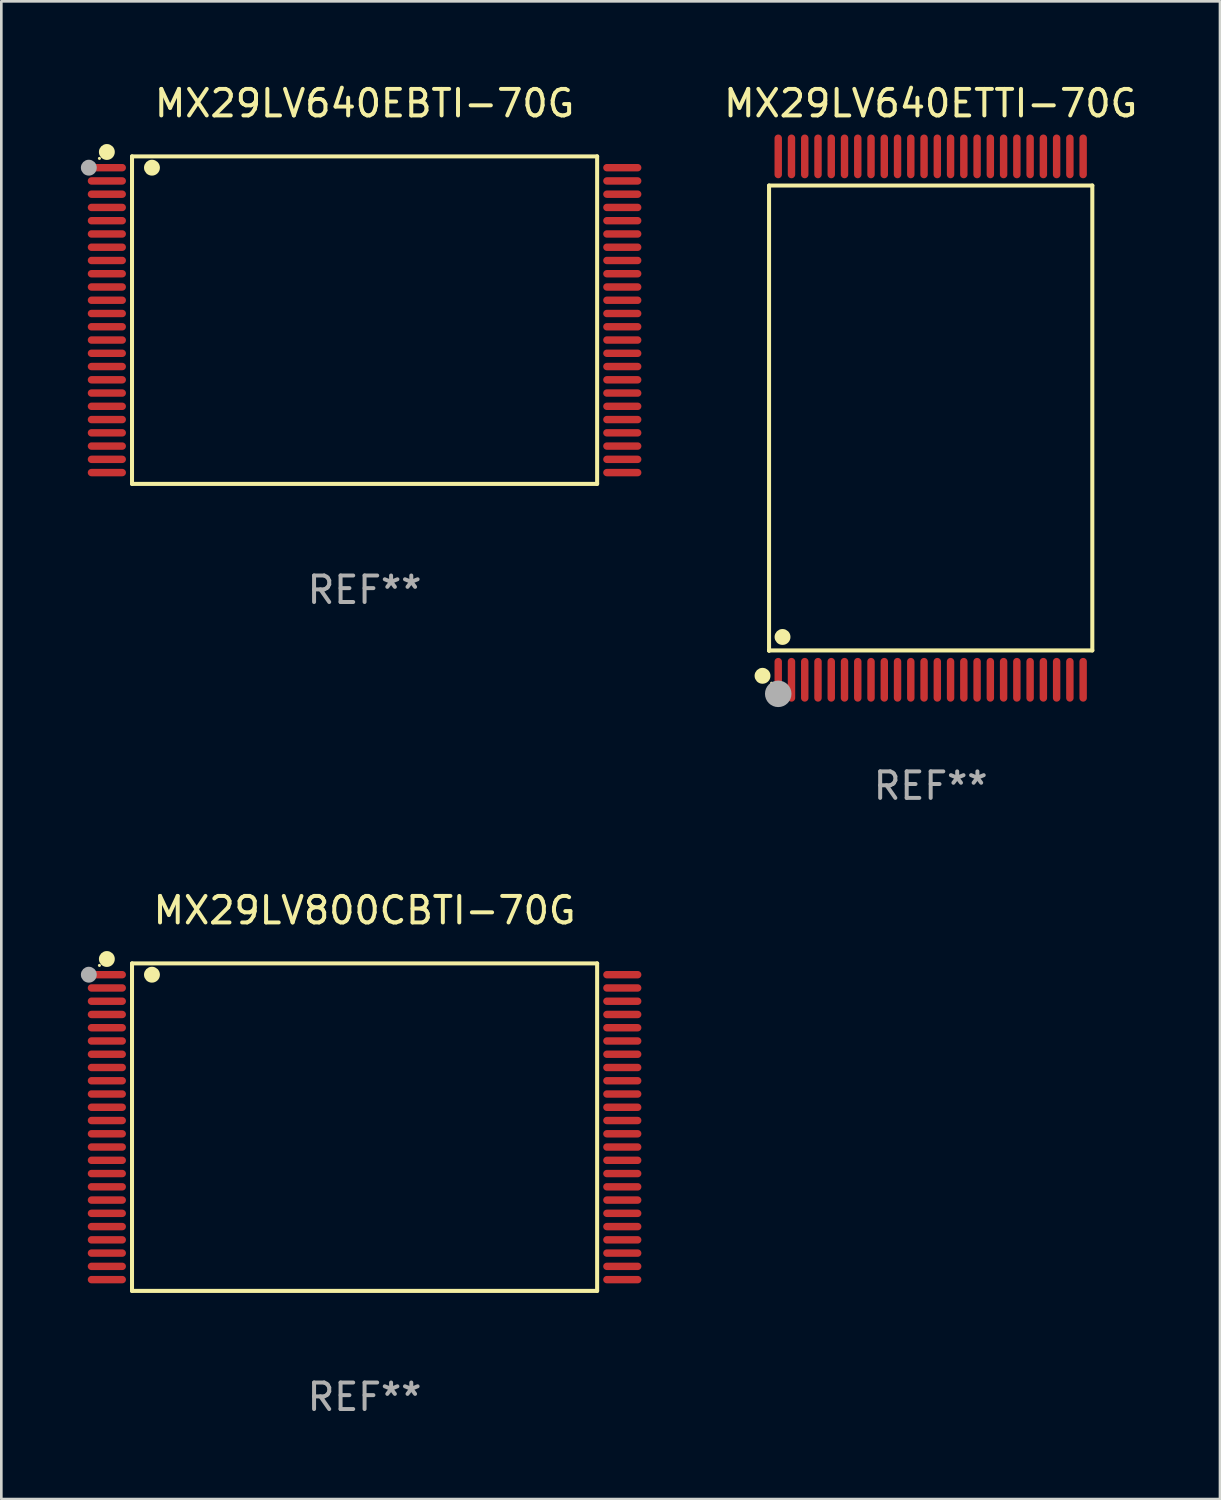
<source format=kicad_pcb>
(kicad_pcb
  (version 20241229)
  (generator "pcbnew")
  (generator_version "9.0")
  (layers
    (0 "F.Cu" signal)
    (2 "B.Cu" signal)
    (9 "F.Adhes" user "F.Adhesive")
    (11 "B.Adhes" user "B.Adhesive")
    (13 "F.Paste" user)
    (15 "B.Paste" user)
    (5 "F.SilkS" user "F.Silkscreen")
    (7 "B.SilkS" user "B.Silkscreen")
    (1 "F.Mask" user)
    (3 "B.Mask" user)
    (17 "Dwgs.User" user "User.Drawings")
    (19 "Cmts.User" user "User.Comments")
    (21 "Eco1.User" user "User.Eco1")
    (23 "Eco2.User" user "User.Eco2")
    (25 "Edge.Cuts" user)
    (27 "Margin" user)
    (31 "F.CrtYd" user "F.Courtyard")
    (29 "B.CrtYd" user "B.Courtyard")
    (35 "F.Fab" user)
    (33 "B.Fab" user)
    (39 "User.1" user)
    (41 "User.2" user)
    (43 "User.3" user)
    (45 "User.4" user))
  (footprint "MX29LV640EBTI-70G"
    (layer "F.Cu")
    (at 10.7 9.024)
    (property "Reference" "MX29LV640EBTI-70G" (at 0 -8.176 0) (layer "F.SilkS") (effects (font (size 1 1) (thickness 0.15))))
    (attr through_hole)
    (fp_line (start -8.771 -6.176) (end 8.771 -6.176) (stroke (width 0.152) (type solid)) (layer "F.SilkS"))
    (fp_line (start -8.771 6.176) (end -8.771 -6.176) (stroke (width 0.152) (type solid)) (layer "F.SilkS"))
    (fp_line (start 8.771 -6.176) (end 8.771 6.176) (stroke (width 0.152) (type solid)) (layer "F.SilkS"))
    (fp_line (start 8.771 6.176) (end -8.771 6.176) (stroke (width 0.152) (type solid)) (layer "F.SilkS"))
    (fp_circle (center -10 -6.1) (end -9.97 -6.1) (stroke (width 0.06) (type solid)) (fill no) (layer "F.SilkS"))
    (fp_circle (center -9.72 -6.342) (end -9.57 -6.342) (stroke (width 0.3) (type solid)) (fill no) (layer "F.SilkS"))
    (fp_circle (center -8.019 -5.75) (end -7.869 -5.75) (stroke (width 0.3) (type solid)) (fill no) (layer "F.SilkS"))
    (fp_circle (center -10.4 -5.75) (end -10.25 -5.75) (stroke (width 0.3) (type solid)) (fill no) (layer "F.Fab"))
    (fp_text user "REF**" (at 0 10.176 0) (layer "F.Fab") (effects (font (size 1 1) (thickness 0.15))))
    (pad "1" smd oval (at -9.72 -5.75 270) (size 0.28 1.44) (layers "F.Cu" "F.Mask" "F.Paste"))
    (pad "2" smd oval (at -9.72 -5.25 270) (size 0.28 1.44) (layers "F.Cu" "F.Mask" "F.Paste"))
    (pad "3" smd oval (at -9.72 -4.75 270) (size 0.28 1.44) (layers "F.Cu" "F.Mask" "F.Paste"))
    (pad "4" smd oval (at -9.72 -4.25 270) (size 0.28 1.44) (layers "F.Cu" "F.Mask" "F.Paste"))
    (pad "5" smd oval (at -9.72 -3.75 270) (size 0.28 1.44) (layers "F.Cu" "F.Mask" "F.Paste"))
    (pad "6" smd oval (at -9.72 -3.25 270) (size 0.28 1.44) (layers "F.Cu" "F.Mask" "F.Paste"))
    (pad "7" smd oval (at -9.72 -2.75 270) (size 0.28 1.44) (layers "F.Cu" "F.Mask" "F.Paste"))
    (pad "8" smd oval (at -9.72 -2.25 270) (size 0.28 1.44) (layers "F.Cu" "F.Mask" "F.Paste"))
    (pad "9" smd oval (at -9.72 -1.75 270) (size 0.28 1.44) (layers "F.Cu" "F.Mask" "F.Paste"))
    (pad "10" smd oval (at -9.72 -1.25 270) (size 0.28 1.44) (layers "F.Cu" "F.Mask" "F.Paste"))
    (pad "11" smd oval (at -9.72 -0.75 270) (size 0.28 1.44) (layers "F.Cu" "F.Mask" "F.Paste"))
    (pad "12" smd oval (at -9.72 -0.25 270) (size 0.28 1.44) (layers "F.Cu" "F.Mask" "F.Paste"))
    (pad "13" smd oval (at -9.72 0.25 270) (size 0.28 1.44) (layers "F.Cu" "F.Mask" "F.Paste"))
    (pad "14" smd oval (at -9.72 0.75 270) (size 0.28 1.44) (layers "F.Cu" "F.Mask" "F.Paste"))
    (pad "15" smd oval (at -9.72 1.25 270) (size 0.28 1.44) (layers "F.Cu" "F.Mask" "F.Paste"))
    (pad "16" smd oval (at -9.72 1.75 270) (size 0.28 1.44) (layers "F.Cu" "F.Mask" "F.Paste"))
    (pad "17" smd oval (at -9.72 2.25 270) (size 0.28 1.44) (layers "F.Cu" "F.Mask" "F.Paste"))
    (pad "18" smd oval (at -9.72 2.75 270) (size 0.28 1.44) (layers "F.Cu" "F.Mask" "F.Paste"))
    (pad "19" smd oval (at -9.72 3.25 270) (size 0.28 1.44) (layers "F.Cu" "F.Mask" "F.Paste"))
    (pad "20" smd oval (at -9.72 3.75 270) (size 0.28 1.44) (layers "F.Cu" "F.Mask" "F.Paste"))
    (pad "21" smd oval (at -9.72 4.25 270) (size 0.28 1.44) (layers "F.Cu" "F.Mask" "F.Paste"))
    (pad "22" smd oval (at -9.72 4.75 270) (size 0.28 1.44) (layers "F.Cu" "F.Mask" "F.Paste"))
    (pad "23" smd oval (at -9.72 5.25 270) (size 0.28 1.44) (layers "F.Cu" "F.Mask" "F.Paste"))
    (pad "24" smd oval (at -9.72 5.75 270) (size 0.28 1.44) (layers "F.Cu" "F.Mask" "F.Paste"))
    (pad "25" smd oval (at 9.72 5.75 270) (size 0.28 1.44) (layers "F.Cu" "F.Mask" "F.Paste"))
    (pad "26" smd oval (at 9.72 5.25 270) (size 0.28 1.44) (layers "F.Cu" "F.Mask" "F.Paste"))
    (pad "27" smd oval (at 9.72 4.75 270) (size 0.28 1.44) (layers "F.Cu" "F.Mask" "F.Paste"))
    (pad "28" smd oval (at 9.72 4.25 270) (size 0.28 1.44) (layers "F.Cu" "F.Mask" "F.Paste"))
    (pad "29" smd oval (at 9.72 3.75 270) (size 0.28 1.44) (layers "F.Cu" "F.Mask" "F.Paste"))
    (pad "30" smd oval (at 9.72 3.25 270) (size 0.28 1.44) (layers "F.Cu" "F.Mask" "F.Paste"))
    (pad "31" smd oval (at 9.72 2.75 270) (size 0.28 1.44) (layers "F.Cu" "F.Mask" "F.Paste"))
    (pad "32" smd oval (at 9.72 2.25 270) (size 0.28 1.44) (layers "F.Cu" "F.Mask" "F.Paste"))
    (pad "33" smd oval (at 9.72 1.75 270) (size 0.28 1.44) (layers "F.Cu" "F.Mask" "F.Paste"))
    (pad "34" smd oval (at 9.72 1.25 270) (size 0.28 1.44) (layers "F.Cu" "F.Mask" "F.Paste"))
    (pad "35" smd oval (at 9.72 0.75 270) (size 0.28 1.44) (layers "F.Cu" "F.Mask" "F.Paste"))
    (pad "36" smd oval (at 9.72 0.25 270) (size 0.28 1.44) (layers "F.Cu" "F.Mask" "F.Paste"))
    (pad "37" smd oval (at 9.72 -0.25 270) (size 0.28 1.44) (layers "F.Cu" "F.Mask" "F.Paste"))
    (pad "38" smd oval (at 9.72 -0.75 270) (size 0.28 1.44) (layers "F.Cu" "F.Mask" "F.Paste"))
    (pad "39" smd oval (at 9.72 -1.25 270) (size 0.28 1.44) (layers "F.Cu" "F.Mask" "F.Paste"))
    (pad "40" smd oval (at 9.72 -1.75 270) (size 0.28 1.44) (layers "F.Cu" "F.Mask" "F.Paste"))
    (pad "41" smd oval (at 9.72 -2.25 270) (size 0.28 1.44) (layers "F.Cu" "F.Mask" "F.Paste"))
    (pad "42" smd oval (at 9.72 -2.75 270) (size 0.28 1.44) (layers "F.Cu" "F.Mask" "F.Paste"))
    (pad "43" smd oval (at 9.72 -3.25 270) (size 0.28 1.44) (layers "F.Cu" "F.Mask" "F.Paste"))
    (pad "44" smd oval (at 9.72 -3.75 270) (size 0.28 1.44) (layers "F.Cu" "F.Mask" "F.Paste"))
    (pad "45" smd oval (at 9.72 -4.25 270) (size 0.28 1.44) (layers "F.Cu" "F.Mask" "F.Paste"))
    (pad "46" smd oval (at 9.72 -4.75 270) (size 0.28 1.44) (layers "F.Cu" "F.Mask" "F.Paste"))
    (pad "47" smd oval (at 9.72 -5.25 270) (size 0.28 1.44) (layers "F.Cu" "F.Mask" "F.Paste"))
    (pad "48" smd oval (at 9.72 -5.75 270) (size 0.28 1.44) (layers "F.Cu" "F.Mask" "F.Paste")))
  (footprint "MX29LV800CBTI-70G"
    (layer "F.Cu")
    (at 10.7 39.461)
    (property "Reference" "MX29LV800CBTI-70G" (at 0 -8.176 0) (layer "F.SilkS") (effects (font (size 1 1) (thickness 0.15))))
    (attr through_hole)
    (fp_line (start -8.771 -6.176) (end 8.771 -6.176) (stroke (width 0.152) (type solid)) (layer "F.SilkS"))
    (fp_line (start -8.771 6.176) (end -8.771 -6.176) (stroke (width 0.152) (type solid)) (layer "F.SilkS"))
    (fp_line (start 8.771 -6.176) (end 8.771 6.176) (stroke (width 0.152) (type solid)) (layer "F.SilkS"))
    (fp_line (start 8.771 6.176) (end -8.771 6.176) (stroke (width 0.152) (type solid)) (layer "F.SilkS"))
    (fp_circle (center -10 -6.1) (end -9.97 -6.1) (stroke (width 0.06) (type solid)) (fill no) (layer "F.SilkS"))
    (fp_circle (center -9.72 -6.342) (end -9.57 -6.342) (stroke (width 0.3) (type solid)) (fill no) (layer "F.SilkS"))
    (fp_circle (center -8.019 -5.75) (end -7.869 -5.75) (stroke (width 0.3) (type solid)) (fill no) (layer "F.SilkS"))
    (fp_circle (center -10.4 -5.75) (end -10.25 -5.75) (stroke (width 0.3) (type solid)) (fill no) (layer "F.Fab"))
    (fp_text user "REF**" (at 0 10.176 0) (layer "F.Fab") (effects (font (size 1 1) (thickness 0.15))))
    (pad "1" smd oval (at -9.72 -5.75 270) (size 0.28 1.44) (layers "F.Cu" "F.Mask" "F.Paste"))
    (pad "2" smd oval (at -9.72 -5.25 270) (size 0.28 1.44) (layers "F.Cu" "F.Mask" "F.Paste"))
    (pad "3" smd oval (at -9.72 -4.75 270) (size 0.28 1.44) (layers "F.Cu" "F.Mask" "F.Paste"))
    (pad "4" smd oval (at -9.72 -4.25 270) (size 0.28 1.44) (layers "F.Cu" "F.Mask" "F.Paste"))
    (pad "5" smd oval (at -9.72 -3.75 270) (size 0.28 1.44) (layers "F.Cu" "F.Mask" "F.Paste"))
    (pad "6" smd oval (at -9.72 -3.25 270) (size 0.28 1.44) (layers "F.Cu" "F.Mask" "F.Paste"))
    (pad "7" smd oval (at -9.72 -2.75 270) (size 0.28 1.44) (layers "F.Cu" "F.Mask" "F.Paste"))
    (pad "8" smd oval (at -9.72 -2.25 270) (size 0.28 1.44) (layers "F.Cu" "F.Mask" "F.Paste"))
    (pad "9" smd oval (at -9.72 -1.75 270) (size 0.28 1.44) (layers "F.Cu" "F.Mask" "F.Paste"))
    (pad "10" smd oval (at -9.72 -1.25 270) (size 0.28 1.44) (layers "F.Cu" "F.Mask" "F.Paste"))
    (pad "11" smd oval (at -9.72 -0.75 270) (size 0.28 1.44) (layers "F.Cu" "F.Mask" "F.Paste"))
    (pad "12" smd oval (at -9.72 -0.25 270) (size 0.28 1.44) (layers "F.Cu" "F.Mask" "F.Paste"))
    (pad "13" smd oval (at -9.72 0.25 270) (size 0.28 1.44) (layers "F.Cu" "F.Mask" "F.Paste"))
    (pad "14" smd oval (at -9.72 0.75 270) (size 0.28 1.44) (layers "F.Cu" "F.Mask" "F.Paste"))
    (pad "15" smd oval (at -9.72 1.25 270) (size 0.28 1.44) (layers "F.Cu" "F.Mask" "F.Paste"))
    (pad "16" smd oval (at -9.72 1.75 270) (size 0.28 1.44) (layers "F.Cu" "F.Mask" "F.Paste"))
    (pad "17" smd oval (at -9.72 2.25 270) (size 0.28 1.44) (layers "F.Cu" "F.Mask" "F.Paste"))
    (pad "18" smd oval (at -9.72 2.75 270) (size 0.28 1.44) (layers "F.Cu" "F.Mask" "F.Paste"))
    (pad "19" smd oval (at -9.72 3.25 270) (size 0.28 1.44) (layers "F.Cu" "F.Mask" "F.Paste"))
    (pad "20" smd oval (at -9.72 3.75 270) (size 0.28 1.44) (layers "F.Cu" "F.Mask" "F.Paste"))
    (pad "21" smd oval (at -9.72 4.25 270) (size 0.28 1.44) (layers "F.Cu" "F.Mask" "F.Paste"))
    (pad "22" smd oval (at -9.72 4.75 270) (size 0.28 1.44) (layers "F.Cu" "F.Mask" "F.Paste"))
    (pad "23" smd oval (at -9.72 5.25 270) (size 0.28 1.44) (layers "F.Cu" "F.Mask" "F.Paste"))
    (pad "24" smd oval (at -9.72 5.75 270) (size 0.28 1.44) (layers "F.Cu" "F.Mask" "F.Paste"))
    (pad "25" smd oval (at 9.72 5.75 270) (size 0.28 1.44) (layers "F.Cu" "F.Mask" "F.Paste"))
    (pad "26" smd oval (at 9.72 5.25 270) (size 0.28 1.44) (layers "F.Cu" "F.Mask" "F.Paste"))
    (pad "27" smd oval (at 9.72 4.75 270) (size 0.28 1.44) (layers "F.Cu" "F.Mask" "F.Paste"))
    (pad "28" smd oval (at 9.72 4.25 270) (size 0.28 1.44) (layers "F.Cu" "F.Mask" "F.Paste"))
    (pad "29" smd oval (at 9.72 3.75 270) (size 0.28 1.44) (layers "F.Cu" "F.Mask" "F.Paste"))
    (pad "30" smd oval (at 9.72 3.25 270) (size 0.28 1.44) (layers "F.Cu" "F.Mask" "F.Paste"))
    (pad "31" smd oval (at 9.72 2.75 270) (size 0.28 1.44) (layers "F.Cu" "F.Mask" "F.Paste"))
    (pad "32" smd oval (at 9.72 2.25 270) (size 0.28 1.44) (layers "F.Cu" "F.Mask" "F.Paste"))
    (pad "33" smd oval (at 9.72 1.75 270) (size 0.28 1.44) (layers "F.Cu" "F.Mask" "F.Paste"))
    (pad "34" smd oval (at 9.72 1.25 270) (size 0.28 1.44) (layers "F.Cu" "F.Mask" "F.Paste"))
    (pad "35" smd oval (at 9.72 0.75 270) (size 0.28 1.44) (layers "F.Cu" "F.Mask" "F.Paste"))
    (pad "36" smd oval (at 9.72 0.25 270) (size 0.28 1.44) (layers "F.Cu" "F.Mask" "F.Paste"))
    (pad "37" smd oval (at 9.72 -0.25 270) (size 0.28 1.44) (layers "F.Cu" "F.Mask" "F.Paste"))
    (pad "38" smd oval (at 9.72 -0.75 270) (size 0.28 1.44) (layers "F.Cu" "F.Mask" "F.Paste"))
    (pad "39" smd oval (at 9.72 -1.25 270) (size 0.28 1.44) (layers "F.Cu" "F.Mask" "F.Paste"))
    (pad "40" smd oval (at 9.72 -1.75 270) (size 0.28 1.44) (layers "F.Cu" "F.Mask" "F.Paste"))
    (pad "41" smd oval (at 9.72 -2.25 270) (size 0.28 1.44) (layers "F.Cu" "F.Mask" "F.Paste"))
    (pad "42" smd oval (at 9.72 -2.75 270) (size 0.28 1.44) (layers "F.Cu" "F.Mask" "F.Paste"))
    (pad "43" smd oval (at 9.72 -3.25 270) (size 0.28 1.44) (layers "F.Cu" "F.Mask" "F.Paste"))
    (pad "44" smd oval (at 9.72 -3.75 270) (size 0.28 1.44) (layers "F.Cu" "F.Mask" "F.Paste"))
    (pad "45" smd oval (at 9.72 -4.25 270) (size 0.28 1.44) (layers "F.Cu" "F.Mask" "F.Paste"))
    (pad "46" smd oval (at 9.72 -4.75 270) (size 0.28 1.44) (layers "F.Cu" "F.Mask" "F.Paste"))
    (pad "47" smd oval (at 9.72 -5.25 270) (size 0.28 1.44) (layers "F.Cu" "F.Mask" "F.Paste"))
    (pad "48" smd oval (at 9.72 -5.75 270) (size 0.28 1.44) (layers "F.Cu" "F.Mask" "F.Paste")))
  (footprint "MX29LV640ETTI-70G"
    (layer "F.Cu")
    (at 32.051 12.718)
    (property "Reference" "MX29LV640ETTI-70G" (at 0 -11.87 0) (layer "F.SilkS") (effects (font (size 1 1) (thickness 0.15))))
    (attr through_hole)
    (fp_line (start -6.096 -8.771) (end 6.096 -8.771) (stroke (width 0.152) (type solid)) (layer "F.SilkS"))
    (fp_line (start -6.096 8.763) (end -6.096 8.771) (stroke (width 0.152) (type solid)) (layer "F.SilkS"))
    (fp_line (start -6.096 8.771) (end -6.096 -8.771) (stroke (width 0.152) (type solid)) (layer "F.SilkS"))
    (fp_line (start 6.096 -8.771) (end 6.096 8.763) (stroke (width 0.152) (type solid)) (layer "F.SilkS"))
    (fp_line (start 6.096 8.763) (end -6.096 8.763) (stroke (width 0.152) (type solid)) (layer "F.SilkS"))
    (fp_circle (center -6.342 9.72) (end -6.192 9.72) (stroke (width 0.3) (type solid)) (fill no) (layer "F.SilkS"))
    (fp_circle (center -6 10) (end -5.97 10) (stroke (width 0.06) (type solid)) (fill no) (layer "F.SilkS"))
    (fp_circle (center -5.588 8.255) (end -5.438 8.255) (stroke (width 0.3) (type solid)) (fill no) (layer "F.SilkS"))
    (fp_circle (center -5.75 10.4) (end -5.5 10.4) (stroke (width 0.5) (type solid)) (fill no) (layer "F.Fab"))
    (fp_text user "REF**" (at 0 13.87 0) (layer "F.Fab") (effects (font (size 1 1) (thickness 0.15))))
    (pad "1" smd oval (at -5.75 9.87) (size 0.28 1.65) (layers "F.Cu" "F.Mask" "F.Paste"))
    (pad "2" smd oval (at -5.25 9.87) (size 0.28 1.65) (layers "F.Cu" "F.Mask" "F.Paste"))
    (pad "3" smd oval (at -4.75 9.87) (size 0.28 1.65) (layers "F.Cu" "F.Mask" "F.Paste"))
    (pad "4" smd oval (at -4.25 9.87) (size 0.28 1.65) (layers "F.Cu" "F.Mask" "F.Paste"))
    (pad "5" smd oval (at -3.75 9.87) (size 0.28 1.65) (layers "F.Cu" "F.Mask" "F.Paste"))
    (pad "6" smd oval (at -3.25 9.87) (size 0.28 1.65) (layers "F.Cu" "F.Mask" "F.Paste"))
    (pad "7" smd oval (at -2.75 9.87) (size 0.28 1.65) (layers "F.Cu" "F.Mask" "F.Paste"))
    (pad "8" smd oval (at -2.25 9.87) (size 0.28 1.65) (layers "F.Cu" "F.Mask" "F.Paste"))
    (pad "9" smd oval (at -1.75 9.87) (size 0.28 1.65) (layers "F.Cu" "F.Mask" "F.Paste"))
    (pad "10" smd oval (at -1.25 9.87) (size 0.28 1.65) (layers "F.Cu" "F.Mask" "F.Paste"))
    (pad "11" smd oval (at -0.75 9.87) (size 0.28 1.65) (layers "F.Cu" "F.Mask" "F.Paste"))
    (pad "12" smd oval (at -0.25 9.87) (size 0.28 1.65) (layers "F.Cu" "F.Mask" "F.Paste"))
    (pad "13" smd oval (at 0.25 9.87) (size 0.28 1.65) (layers "F.Cu" "F.Mask" "F.Paste"))
    (pad "14" smd oval (at 0.75 9.87) (size 0.28 1.65) (layers "F.Cu" "F.Mask" "F.Paste"))
    (pad "15" smd oval (at 1.25 9.87) (size 0.28 1.65) (layers "F.Cu" "F.Mask" "F.Paste"))
    (pad "16" smd oval (at 1.75 9.87) (size 0.28 1.65) (layers "F.Cu" "F.Mask" "F.Paste"))
    (pad "17" smd oval (at 2.25 9.87) (size 0.28 1.65) (layers "F.Cu" "F.Mask" "F.Paste"))
    (pad "18" smd oval (at 2.75 9.87) (size 0.28 1.65) (layers "F.Cu" "F.Mask" "F.Paste"))
    (pad "19" smd oval (at 3.25 9.87) (size 0.28 1.65) (layers "F.Cu" "F.Mask" "F.Paste"))
    (pad "20" smd oval (at 3.75 9.87) (size 0.28 1.65) (layers "F.Cu" "F.Mask" "F.Paste"))
    (pad "21" smd oval (at 4.25 9.87) (size 0.28 1.65) (layers "F.Cu" "F.Mask" "F.Paste"))
    (pad "22" smd oval (at 4.75 9.87) (size 0.28 1.65) (layers "F.Cu" "F.Mask" "F.Paste"))
    (pad "23" smd oval (at 5.25 9.87) (size 0.28 1.65) (layers "F.Cu" "F.Mask" "F.Paste"))
    (pad "24" smd oval (at 5.75 9.87) (size 0.28 1.65) (layers "F.Cu" "F.Mask" "F.Paste"))
    (pad "25" smd oval (at 5.75 -9.87) (size 0.28 1.65) (layers "F.Cu" "F.Mask" "F.Paste"))
    (pad "26" smd oval (at 5.25 -9.87) (size 0.28 1.65) (layers "F.Cu" "F.Mask" "F.Paste"))
    (pad "27" smd oval (at 4.75 -9.87) (size 0.28 1.65) (layers "F.Cu" "F.Mask" "F.Paste"))
    (pad "28" smd oval (at 4.25 -9.87) (size 0.28 1.65) (layers "F.Cu" "F.Mask" "F.Paste"))
    (pad "29" smd oval (at 3.75 -9.87) (size 0.28 1.65) (layers "F.Cu" "F.Mask" "F.Paste"))
    (pad "30" smd oval (at 3.25 -9.87) (size 0.28 1.65) (layers "F.Cu" "F.Mask" "F.Paste"))
    (pad "31" smd oval (at 2.75 -9.87) (size 0.28 1.65) (layers "F.Cu" "F.Mask" "F.Paste"))
    (pad "32" smd oval (at 2.25 -9.87) (size 0.28 1.65) (layers "F.Cu" "F.Mask" "F.Paste"))
    (pad "33" smd oval (at 1.75 -9.87) (size 0.28 1.65) (layers "F.Cu" "F.Mask" "F.Paste"))
    (pad "34" smd oval (at 1.25 -9.87) (size 0.28 1.65) (layers "F.Cu" "F.Mask" "F.Paste"))
    (pad "35" smd oval (at 0.75 -9.87) (size 0.28 1.65) (layers "F.Cu" "F.Mask" "F.Paste"))
    (pad "36" smd oval (at 0.25 -9.87) (size 0.28 1.65) (layers "F.Cu" "F.Mask" "F.Paste"))
    (pad "37" smd oval (at -0.25 -9.87) (size 0.28 1.65) (layers "F.Cu" "F.Mask" "F.Paste"))
    (pad "38" smd oval (at -0.75 -9.87) (size 0.28 1.65) (layers "F.Cu" "F.Mask" "F.Paste"))
    (pad "39" smd oval (at -1.25 -9.87) (size 0.28 1.65) (layers "F.Cu" "F.Mask" "F.Paste"))
    (pad "40" smd oval (at -1.75 -9.87) (size 0.28 1.65) (layers "F.Cu" "F.Mask" "F.Paste"))
    (pad "41" smd oval (at -2.25 -9.87) (size 0.28 1.65) (layers "F.Cu" "F.Mask" "F.Paste"))
    (pad "42" smd oval (at -2.75 -9.87) (size 0.28 1.65) (layers "F.Cu" "F.Mask" "F.Paste"))
    (pad "43" smd oval (at -3.25 -9.87) (size 0.28 1.65) (layers "F.Cu" "F.Mask" "F.Paste"))
    (pad "44" smd oval (at -3.75 -9.87) (size 0.28 1.65) (layers "F.Cu" "F.Mask" "F.Paste"))
    (pad "45" smd oval (at -4.25 -9.87) (size 0.28 1.65) (layers "F.Cu" "F.Mask" "F.Paste"))
    (pad "46" smd oval (at -4.75 -9.87) (size 0.28 1.65) (layers "F.Cu" "F.Mask" "F.Paste"))
    (pad "47" smd oval (at -5.25 -9.87) (size 0.28 1.65) (layers "F.Cu" "F.Mask" "F.Paste"))
    (pad "48" smd oval (at -5.75 -9.87) (size 0.28 1.65) (layers "F.Cu" "F.Mask" "F.Paste")))
  (gr_rect
    (start -3 -3)
    (end 42.962 53.486)
    (stroke (width 0.1) (type default))
    (fill no)
    (layer "Edge.Cuts")))
</source>
